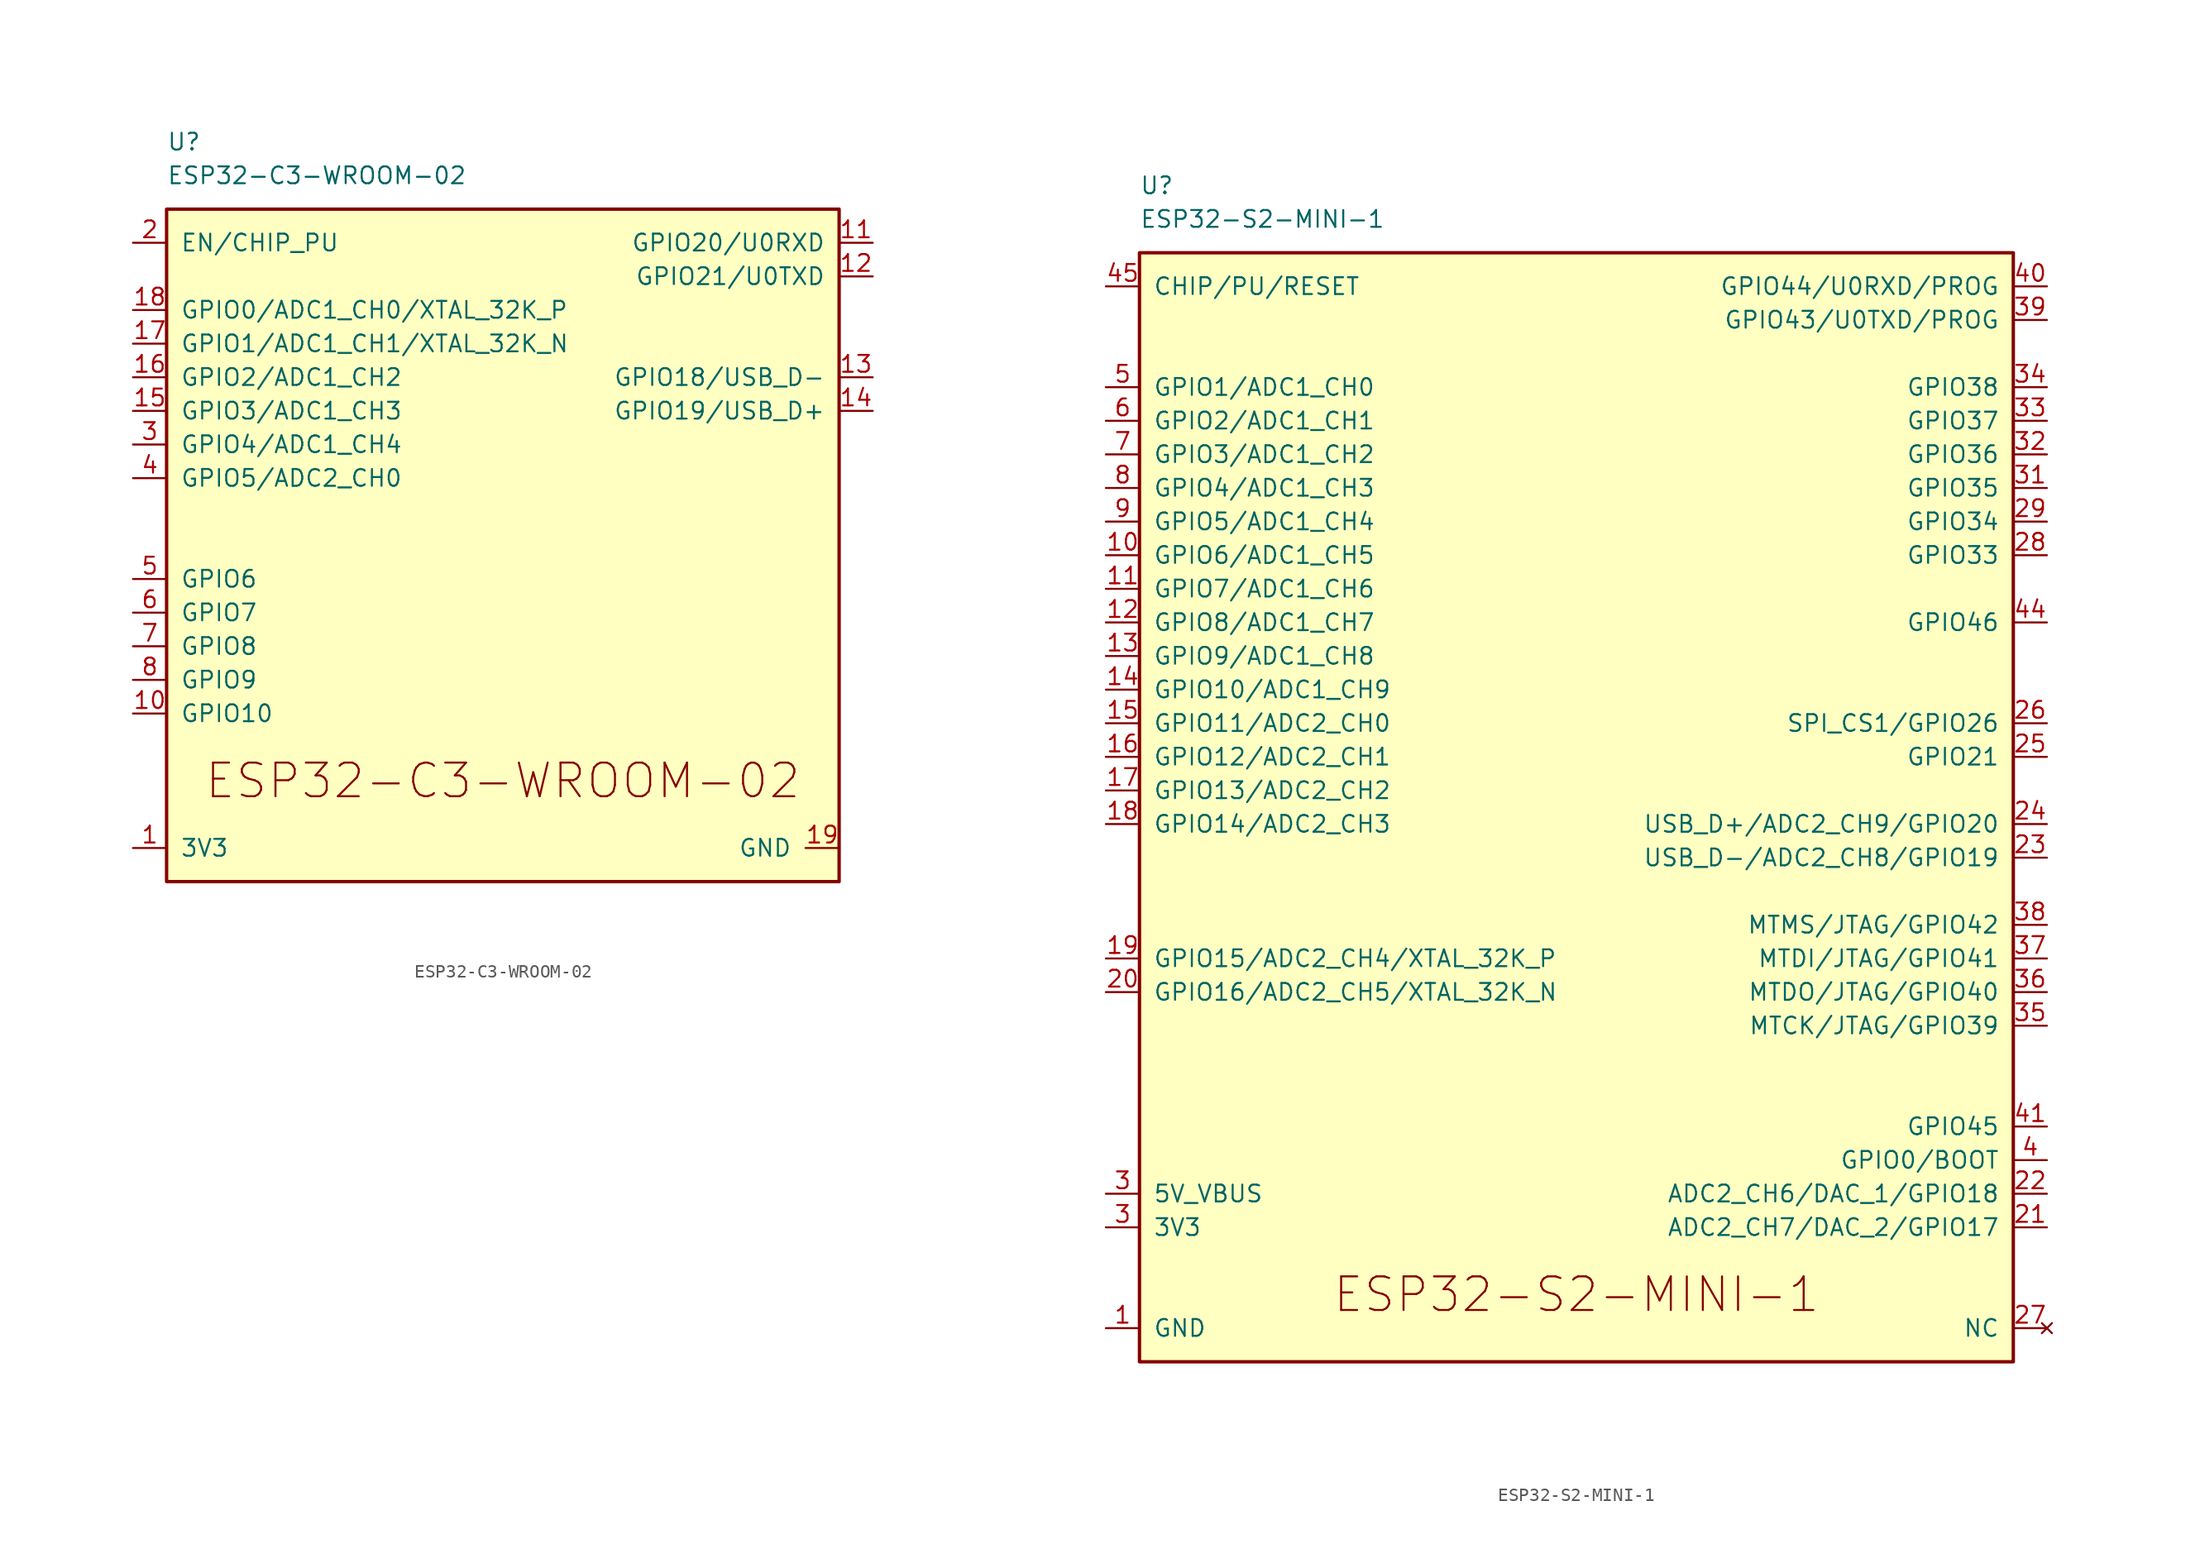
<source format=kicad_sym>
(kicad_symbol_lib
  (version 20220914)
  (generator kicad_symbol_editor)
  (symbol "ESP32-C3-WROOM-02"
    (pin_names
      (offset 1.016))
    (property "Reference" "U"
      (at -25.4 30.48 0)
      (effects (font (size 1.27 1.27)) (justify left)))
    (property "Value" "ESP32-C3-WROOM-02"
      (at -25.4 27.94 0)
      (effects (font (size 1.27 1.27)) (justify left)))
    (symbol "ESP32-C3-WROOM-02_0_0"
      (text "ESP32-C3-WROOM-02" (at 0 -17.78 0) (effects (font (size 2.54 2.54)))))
    (symbol "ESP32-C3-WROOM-02_0_1"
      (rectangle (start -25.4 25.4) (end 25.4 -25.4) (stroke (width 0.254) (type default)) (fill (type background))))
    (symbol "ESP32-C3-WROOM-02_1_1"
      (pin power_in line (at -27.94 -22.86 0) (length 2.54) (name "3V3" (effects (font (size 1.27 1.27)))) (number "1" (effects (font (size 1.27 1.27)))))
      (pin bidirectional line (at -27.94 -12.7 0) (length 2.54) (name "GPIO10" (effects (font (size 1.27 1.27)))) (number "10" (effects (font (size 1.27 1.27)))))
      (pin bidirectional line (at 27.94 22.86 180) (length 2.54) (name "GPIO20/U0RXD" (effects (font (size 1.27 1.27)))) (number "11" (effects (font (size 1.27 1.27)))))
      (pin bidirectional line (at 27.94 20.32 180) (length 2.54) (name "GPIO21/U0TXD" (effects (font (size 1.27 1.27)))) (number "12" (effects (font (size 1.27 1.27)))))
      (pin bidirectional line (at 27.94 12.7 180) (length 2.54) (name "GPIO18/USB_D-" (effects (font (size 1.27 1.27)))) (number "13" (effects (font (size 1.27 1.27)))))
      (pin bidirectional line (at 27.94 10.16 180) (length 2.54) (name "GPIO19/USB_D+" (effects (font (size 1.27 1.27)))) (number "14" (effects (font (size 1.27 1.27)))))
      (pin bidirectional line (at -27.94 10.16 0) (length 2.54) (name "GPIO3/ADC1_CH3" (effects (font (size 1.27 1.27)))) (number "15" (effects (font (size 1.27 1.27)))))
      (pin bidirectional line (at -27.94 12.7 0) (length 2.54) (name "GPIO2/ADC1_CH2" (effects (font (size 1.27 1.27)))) (number "16" (effects (font (size 1.27 1.27)))))
      (pin bidirectional line (at -27.94 15.24 0) (length 2.54) (name "GPIO1/ADC1_CH1/XTAL_32K_N" (effects (font (size 1.27 1.27)))) (number "17" (effects (font (size 1.27 1.27)))))
      (pin bidirectional line (at -27.94 17.78 0) (length 2.54) (name "GPIO0/ADC1_CH0/XTAL_32K_P" (effects (font (size 1.27 1.27)))) (number "18" (effects (font (size 1.27 1.27)))))
      (pin passive line (at 25.4 -22.86 180) (length 2.54) (name "GND" (effects (font (size 1.27 1.27)))) (number "19" (effects (font (size 1.27 1.27)))))
      (pin input line (at -27.94 22.86 0) (length 2.54) (name "EN/CHIP_PU" (effects (font (size 1.27 1.27)))) (number "2" (effects (font (size 1.27 1.27)))))
      (pin bidirectional line (at -27.94 7.62 0) (length 2.54) (name "GPIO4/ADC1_CH4" (effects (font (size 1.27 1.27)))) (number "3" (effects (font (size 1.27 1.27)))))
      (pin bidirectional line (at -27.94 5.08 0) (length 2.54) (name "GPIO5/ADC2_CH0" (effects (font (size 1.27 1.27)))) (number "4" (effects (font (size 1.27 1.27)))))
      (pin bidirectional line (at -27.94 -2.54 0) (length 2.54) (name "GPIO6" (effects (font (size 1.27 1.27)))) (number "5" (effects (font (size 1.27 1.27)))))
      (pin bidirectional line (at -27.94 -5.08 0) (length 2.54) (name "GPIO7" (effects (font (size 1.27 1.27)))) (number "6" (effects (font (size 1.27 1.27)))))
      (pin bidirectional line (at -27.94 -7.62 0) (length 2.54) (name "GPIO8" (effects (font (size 1.27 1.27)))) (number "7" (effects (font (size 1.27 1.27)))))
      (pin bidirectional line (at -27.94 -10.16 0) (length 2.54) (name "GPIO9" (effects (font (size 1.27 1.27)))) (number "8" (effects (font (size 1.27 1.27)))))
      (pin power_in line (at 25.4 -22.86 180) (length 2.54) hide (name "GND" (effects (font (size 1.27 1.27)))) (number "9" (effects (font (size 1.27 1.27)))))))
  (symbol "ESP32-S2-MINI-1"
    (pin_names
      (offset 1.016))
    (property "Reference" "U"
      (at -33.02 50.8 0)
      (effects (font (size 1.27 1.27)) (justify left)))
    (property "Value" "ESP32-S2-MINI-1"
      (at -33.02 48.26 0)
      (effects (font (size 1.27 1.27)) (justify left)))
    (symbol "ESP32-S2-MINI-1_0_0"
      (pin power_in line (at -35.56 -35.56 0) (length 2.54) (name "GND" (effects (font (size 1.27 1.27)))) (number "1" (effects (font (size 1.27 1.27)))))
      (pin passive line (at -35.56 -35.56 0) (length 2.54) hide (name "GND" (effects (font (size 1.27 1.27)))) (number "43" (effects (font (size 1.27 1.27)))))
      (pin input line (at 35.56 17.78 180) (length 2.54) (name "GPIO46" (effects (font (size 1.27 1.27)))) (number "44" (effects (font (size 1.27 1.27)))))
      (pin bidirectional line (at -35.56 43.18 0) (length 2.54) (name "CHIP/PU/RESET" (effects (font (size 1.27 1.27)))) (number "45" (effects (font (size 1.27 1.27)))))
      (pin passive line (at -35.56 -35.56 0) (length 2.54) hide (name "GND" (effects (font (size 1.27 1.27)))) (number "46" (effects (font (size 1.27 1.27)))))
      (pin passive line (at -35.56 -35.56 0) (length 2.54) hide (name "GND" (effects (font (size 1.27 1.27)))) (number "47" (effects (font (size 1.27 1.27)))))
      (pin passive line (at -35.56 -35.56 0) (length 2.54) hide (name "GND" (effects (font (size 1.27 1.27)))) (number "48" (effects (font (size 1.27 1.27)))))
      (pin passive line (at -35.56 -35.56 0) (length 2.54) hide (name "GND" (effects (font (size 1.27 1.27)))) (number "49" (effects (font (size 1.27 1.27)))))
      (pin passive line (at -35.56 -35.56 0) (length 2.54) hide (name "GND" (effects (font (size 1.27 1.27)))) (number "50" (effects (font (size 1.27 1.27)))))
      (pin passive line (at -35.56 -35.56 0) (length 2.54) hide (name "GND" (effects (font (size 1.27 1.27)))) (number "51" (effects (font (size 1.27 1.27)))))
      (pin passive line (at -35.56 -35.56 0) (length 2.54) hide (name "GND" (effects (font (size 1.27 1.27)))) (number "52" (effects (font (size 1.27 1.27)))))
      (pin passive line (at -35.56 -35.56 0) (length 2.54) hide (name "GND" (effects (font (size 1.27 1.27)))) (number "53" (effects (font (size 1.27 1.27)))))
      (pin passive line (at -35.56 -35.56 0) (length 2.54) hide (name "GND" (effects (font (size 1.27 1.27)))) (number "54" (effects (font (size 1.27 1.27)))))
      (pin passive line (at -35.56 -35.56 0) (length 2.54) hide (name "GND" (effects (font (size 1.27 1.27)))) (number "55" (effects (font (size 1.27 1.27)))))
      (pin passive line (at -35.56 -35.56 0) (length 2.54) hide (name "GND" (effects (font (size 1.27 1.27)))) (number "56" (effects (font (size 1.27 1.27)))))
      (pin passive line (at -35.56 -35.56 0) (length 2.54) hide (name "GND" (effects (font (size 1.27 1.27)))) (number "57" (effects (font (size 1.27 1.27)))))
      (pin passive line (at -35.56 -35.56 0) (length 2.54) hide (name "GND" (effects (font (size 1.27 1.27)))) (number "58" (effects (font (size 1.27 1.27)))))
      (pin passive line (at -35.56 -35.56 0) (length 2.54) hide (name "GND" (effects (font (size 1.27 1.27)))) (number "59" (effects (font (size 1.27 1.27)))))
      (pin passive line (at -35.56 -35.56 0) (length 2.54) hide (name "GND" (effects (font (size 1.27 1.27)))) (number "60" (effects (font (size 1.27 1.27)))))
      (pin passive line (at -35.56 -35.56 0) (length 2.54) hide (name "GND" (effects (font (size 1.27 1.27)))) (number "61" (effects (font (size 1.27 1.27)))))
      (pin passive line (at -35.56 -35.56 0) (length 2.54) hide (name "GND" (effects (font (size 1.27 1.27)))) (number "62" (effects (font (size 1.27 1.27)))))
      (pin passive line (at -35.56 -35.56 0) (length 2.54) hide (name "GND" (effects (font (size 1.27 1.27)))) (number "63" (effects (font (size 1.27 1.27)))))
      (pin passive line (at -35.56 -35.56 0) (length 2.54) hide (name "GND" (effects (font (size 1.27 1.27)))) (number "64" (effects (font (size 1.27 1.27)))))
      (pin passive line (at -35.56 -35.56 0) (length 2.54) hide (name "GND" (effects (font (size 1.27 1.27)))) (number "65" (effects (font (size 1.27 1.27))))))
    (symbol "ESP32-S2-MINI-1_1_1"
      (rectangle (start -33.02 45.72) (end 33.02 -38.1) (stroke (width 0.254) (type default)) (fill (type background)))
      (text "ESP32-S2-MINI-1" (at 0 -33.02 0) (effects (font (size 2.54 2.54))))
      (pin bidirectional line (at -35.56 22.86 0) (length 2.54) (name "GPIO6/ADC1_CH5" (effects (font (size 1.27 1.27)))) (number "10" (effects (font (size 1.27 1.27)))))
      (pin bidirectional line (at -35.56 20.32 0) (length 2.54) (name "GPIO7/ADC1_CH6" (effects (font (size 1.27 1.27)))) (number "11" (effects (font (size 1.27 1.27)))))
      (pin bidirectional line (at -35.56 17.78 0) (length 2.54) (name "GPIO8/ADC1_CH7" (effects (font (size 1.27 1.27)))) (number "12" (effects (font (size 1.27 1.27)))))
      (pin bidirectional line (at -35.56 15.24 0) (length 2.54) (name "GPIO9/ADC1_CH8" (effects (font (size 1.27 1.27)))) (number "13" (effects (font (size 1.27 1.27)))))
      (pin bidirectional line (at -35.56 12.7 0) (length 2.54) (name "GPIO10/ADC1_CH9" (effects (font (size 1.27 1.27)))) (number "14" (effects (font (size 1.27 1.27)))))
      (pin bidirectional line (at -35.56 10.16 0) (length 2.54) (name "GPIO11/ADC2_CH0" (effects (font (size 1.27 1.27)))) (number "15" (effects (font (size 1.27 1.27)))))
      (pin bidirectional line (at -35.56 7.62 0) (length 2.54) (name "GPIO12/ADC2_CH1" (effects (font (size 1.27 1.27)))) (number "16" (effects (font (size 1.27 1.27)))))
      (pin bidirectional line (at -35.56 5.08 0) (length 2.54) (name "GPIO13/ADC2_CH2" (effects (font (size 1.27 1.27)))) (number "17" (effects (font (size 1.27 1.27)))))
      (pin bidirectional line (at -35.56 2.54 0) (length 2.54) (name "GPIO14/ADC2_CH3" (effects (font (size 1.27 1.27)))) (number "18" (effects (font (size 1.27 1.27)))))
      (pin bidirectional line (at -35.56 -7.62 0) (length 2.54) (name "GPIO15/ADC2_CH4/XTAL_32K_P" (effects (font (size 1.27 1.27)))) (number "19" (effects (font (size 1.27 1.27)))))
      (pin passive line (at -35.56 -35.56 0) (length 2.54) hide (name "GND" (effects (font (size 1.27 1.27)))) (number "2" (effects (font (size 1.27 1.27)))))
      (pin bidirectional line (at -35.56 -10.16 0) (length 2.54) (name "GPIO16/ADC2_CH5/XTAL_32K_N" (effects (font (size 1.27 1.27)))) (number "20" (effects (font (size 1.27 1.27)))))
      (pin bidirectional line (at 35.56 -27.94 180) (length 2.54) (name "ADC2_CH7/DAC_2/GPIO17" (effects (font (size 1.27 1.27)))) (number "21" (effects (font (size 1.27 1.27)))))
      (pin bidirectional line (at 35.56 -25.4 180) (length 2.54) (name "ADC2_CH6/DAC_1/GPIO18" (effects (font (size 1.27 1.27)))) (number "22" (effects (font (size 1.27 1.27)))))
      (pin bidirectional line (at 35.56 0 180) (length 2.54) (name "USB_D-/ADC2_CH8/GPIO19" (effects (font (size 1.27 1.27)))) (number "23" (effects (font (size 1.27 1.27)))))
      (pin bidirectional line (at 35.56 2.54 180) (length 2.54) (name "USB_D+/ADC2_CH9/GPIO20" (effects (font (size 1.27 1.27)))) (number "24" (effects (font (size 1.27 1.27)))))
      (pin bidirectional line (at 35.56 7.62 180) (length 2.54) (name "GPIO21" (effects (font (size 1.27 1.27)))) (number "25" (effects (font (size 1.27 1.27)))))
      (pin bidirectional line (at 35.56 10.16 180) (length 2.54) (name "SPI_CS1/GPIO26" (effects (font (size 1.27 1.27)))) (number "26" (effects (font (size 1.27 1.27)))))
      (pin no_connect line (at 35.56 -35.56 180) (length 2.54) (name "NC" (effects (font (size 1.27 1.27)))) (number "27" (effects (font (size 1.27 1.27)))))
      (pin bidirectional line (at 35.56 22.86 180) (length 2.54) (name "GPIO33" (effects (font (size 1.27 1.27)))) (number "28" (effects (font (size 1.27 1.27)))))
      (pin bidirectional line (at 35.56 25.4 180) (length 2.54) (name "GPIO34" (effects (font (size 1.27 1.27)))) (number "29" (effects (font (size 1.27 1.27)))))
      (pin power_in line (at -35.56 -27.94 0) (length 2.54) (name "3V3" (effects (font (size 1.27 1.27)))) (number "3" (effects (font (size 1.27 1.27)))))
      (pin power_in line (at -35.56 -25.4 0) (length 2.54) (name "5V_VBUS" (effects (font (size 1.27 1.27)))) (number "3" (effects (font (size 1.27 1.27)))))
      (pin passive line (at -35.56 -35.56 0) (length 2.54) hide (name "GND" (effects (font (size 1.27 1.27)))) (number "30" (effects (font (size 1.27 1.27)))))
      (pin bidirectional line (at 35.56 27.94 180) (length 2.54) (name "GPIO35" (effects (font (size 1.27 1.27)))) (number "31" (effects (font (size 1.27 1.27)))))
      (pin bidirectional line (at 35.56 30.48 180) (length 2.54) (name "GPIO36" (effects (font (size 1.27 1.27)))) (number "32" (effects (font (size 1.27 1.27)))))
      (pin bidirectional line (at 35.56 33.02 180) (length 2.54) (name "GPIO37" (effects (font (size 1.27 1.27)))) (number "33" (effects (font (size 1.27 1.27)))))
      (pin bidirectional line (at 35.56 35.56 180) (length 2.54) (name "GPIO38" (effects (font (size 1.27 1.27)))) (number "34" (effects (font (size 1.27 1.27)))))
      (pin bidirectional line (at 35.56 -12.7 180) (length 2.54) (name "MTCK/JTAG/GPIO39" (effects (font (size 1.27 1.27)))) (number "35" (effects (font (size 1.27 1.27)))))
      (pin bidirectional line (at 35.56 -10.16 180) (length 2.54) (name "MTDO/JTAG/GPIO40" (effects (font (size 1.27 1.27)))) (number "36" (effects (font (size 1.27 1.27)))))
      (pin bidirectional line (at 35.56 -7.62 180) (length 2.54) (name "MTDI/JTAG/GPIO41" (effects (font (size 1.27 1.27)))) (number "37" (effects (font (size 1.27 1.27)))))
      (pin bidirectional line (at 35.56 -5.08 180) (length 2.54) (name "MTMS/JTAG/GPIO42" (effects (font (size 1.27 1.27)))) (number "38" (effects (font (size 1.27 1.27)))))
      (pin bidirectional line (at 35.56 40.64 180) (length 2.54) (name "GPIO43/U0TXD/PROG" (effects (font (size 1.27 1.27)))) (number "39" (effects (font (size 1.27 1.27)))))
      (pin bidirectional line (at 35.56 -22.86 180) (length 2.54) (name "GPIO0/BOOT" (effects (font (size 1.27 1.27)))) (number "4" (effects (font (size 1.27 1.27)))))
      (pin bidirectional line (at 35.56 43.18 180) (length 2.54) (name "GPIO44/U0RXD/PROG" (effects (font (size 1.27 1.27)))) (number "40" (effects (font (size 1.27 1.27)))))
      (pin bidirectional line (at 35.56 -20.32 180) (length 2.54) (name "GPIO45" (effects (font (size 1.27 1.27)))) (number "41" (effects (font (size 1.27 1.27)))))
      (pin passive line (at -35.56 -35.56 0) (length 2.54) hide (name "GND" (effects (font (size 1.27 1.27)))) (number "42" (effects (font (size 1.27 1.27)))))
      (pin bidirectional line (at -35.56 35.56 0) (length 2.54) (name "GPIO1/ADC1_CH0" (effects (font (size 1.27 1.27)))) (number "5" (effects (font (size 1.27 1.27)))))
      (pin bidirectional line (at -35.56 33.02 0) (length 2.54) (name "GPIO2/ADC1_CH1" (effects (font (size 1.27 1.27)))) (number "6" (effects (font (size 1.27 1.27)))))
      (pin bidirectional line (at -35.56 30.48 0) (length 2.54) (name "GPIO3/ADC1_CH2" (effects (font (size 1.27 1.27)))) (number "7" (effects (font (size 1.27 1.27)))))
      (pin bidirectional line (at -35.56 27.94 0) (length 2.54) (name "GPIO4/ADC1_CH3" (effects (font (size 1.27 1.27)))) (number "8" (effects (font (size 1.27 1.27)))))
      (pin bidirectional line (at -35.56 25.4 0) (length 2.54) (name "GPIO5/ADC1_CH4" (effects (font (size 1.27 1.27)))) (number "9" (effects (font (size 1.27 1.27))))))))
</source>
